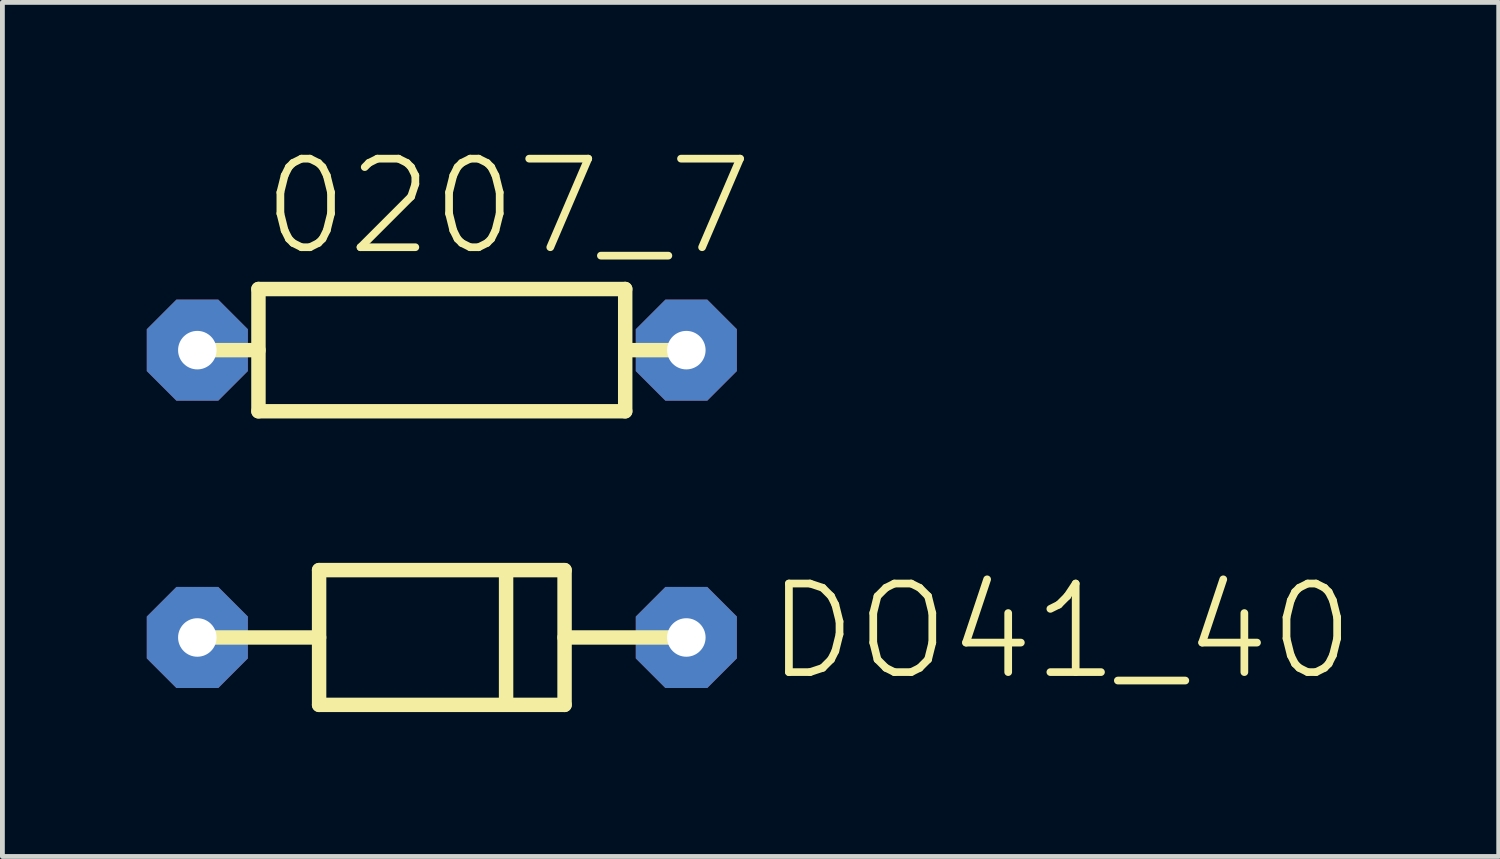
<source format=kicad_pcb>
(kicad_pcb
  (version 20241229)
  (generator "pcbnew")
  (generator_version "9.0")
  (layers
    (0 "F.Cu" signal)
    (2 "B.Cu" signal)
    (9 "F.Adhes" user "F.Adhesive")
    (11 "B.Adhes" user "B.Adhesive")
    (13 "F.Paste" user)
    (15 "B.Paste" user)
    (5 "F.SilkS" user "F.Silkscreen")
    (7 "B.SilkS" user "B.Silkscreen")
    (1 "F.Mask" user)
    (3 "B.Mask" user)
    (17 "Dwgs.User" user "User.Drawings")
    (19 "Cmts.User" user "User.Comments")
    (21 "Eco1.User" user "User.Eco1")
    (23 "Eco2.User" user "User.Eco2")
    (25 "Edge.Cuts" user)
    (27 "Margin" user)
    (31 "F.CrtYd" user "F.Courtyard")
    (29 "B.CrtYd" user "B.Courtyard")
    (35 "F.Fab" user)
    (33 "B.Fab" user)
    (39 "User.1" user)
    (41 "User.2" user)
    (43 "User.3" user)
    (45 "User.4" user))
  (footprint "DO41_40"
    (layer "F.Cu")
    (at 6.13 10.195)
    (property "Reference" "DO41_40" (at 6.668 0.953 0) (layer "F.SilkS") (effects (font (size 1.84 1.84) (thickness 0.16)) (justify left bottom)))
    (fp_line (start -5.08 0) (end -2.55 0) (stroke (width 0.3) (type solid)) (layer "F.SilkS"))
    (fp_line (start -2.55 -1.4) (end 2.55 -1.4) (stroke (width 0.3) (type solid)) (layer "F.SilkS"))
    (fp_line (start -2.55 1.4) (end -2.55 -1.4) (stroke (width 0.3) (type solid)) (layer "F.SilkS"))
    (fp_line (start -2.55 1.4) (end 2.55 1.4) (stroke (width 0.3) (type solid)) (layer "F.SilkS"))
    (fp_line (start 1.335 -1.35) (end 1.335 1.35) (stroke (width 0.3) (type solid)) (layer "F.SilkS"))
    (fp_line (start 2.55 -1.4) (end 2.55 1.4) (stroke (width 0.3) (type solid)) (layer "F.SilkS"))
    (fp_line (start 2.55 0) (end 5.08 0) (stroke (width 0.3) (type solid)) (layer "F.SilkS"))
    (pad "1" thru_hole roundrect (at -5.08 0) (size 2.1 2.1) (drill 0.8) (layers "*.Cu" "*.Mask") (roundrect_rratio 0.25) (chamfer_ratio 0.293) (chamfer top_left top_right bottom_left bottom_right))
    (pad "2" thru_hole roundrect (at 5.08 0) (size 2.1 2.1) (drill 0.8) (layers "*.Cu" "*.Mask") (roundrect_rratio 0.25) (chamfer_ratio 0.293) (chamfer top_left top_right bottom_left bottom_right)))
  (footprint "0207_7"
    (layer "F.Cu")
    (at 6.13 4.225)
    (property "Reference" "0207_7" (at -3.81 -1.905 0) (layer "F.SilkS") (effects (font (size 1.84 1.84) (thickness 0.16)) (justify left bottom)))
    (fp_line (start -5.08 0) (end -3.81 0) (stroke (width 0.3) (type solid)) (layer "F.SilkS"))
    (fp_line (start -3.81 -1.27) (end 3.81 -1.27) (stroke (width 0.3) (type solid)) (layer "F.SilkS"))
    (fp_line (start -3.81 1.27) (end -3.81 -1.27) (stroke (width 0.3) (type solid)) (layer "F.SilkS"))
    (fp_line (start 3.81 -1.27) (end 3.81 1.27) (stroke (width 0.3) (type solid)) (layer "F.SilkS"))
    (fp_line (start 3.81 0) (end 5.08 0) (stroke (width 0.3) (type solid)) (layer "F.SilkS"))
    (fp_line (start 3.81 1.27) (end -3.81 1.27) (stroke (width 0.3) (type solid)) (layer "F.SilkS"))
    (pad "1" thru_hole roundrect (at -5.08 0) (size 2.1 2.1) (drill 0.8) (layers "*.Cu" "*.Mask") (roundrect_rratio 0.25) (chamfer_ratio 0.293) (chamfer top_left top_right bottom_left bottom_right))
    (pad "2" thru_hole roundrect (at 5.08 0) (size 2.1 2.1) (drill 0.8) (layers "*.Cu" "*.Mask") (roundrect_rratio 0.25) (chamfer_ratio 0.293) (chamfer top_left top_right bottom_left bottom_right)))
  (gr_rect
    (start -3 -3)
    (end 28.089 14.745)
    (stroke (width 0.1) (type default))
    (fill no)
    (layer "Edge.Cuts")))
</source>
